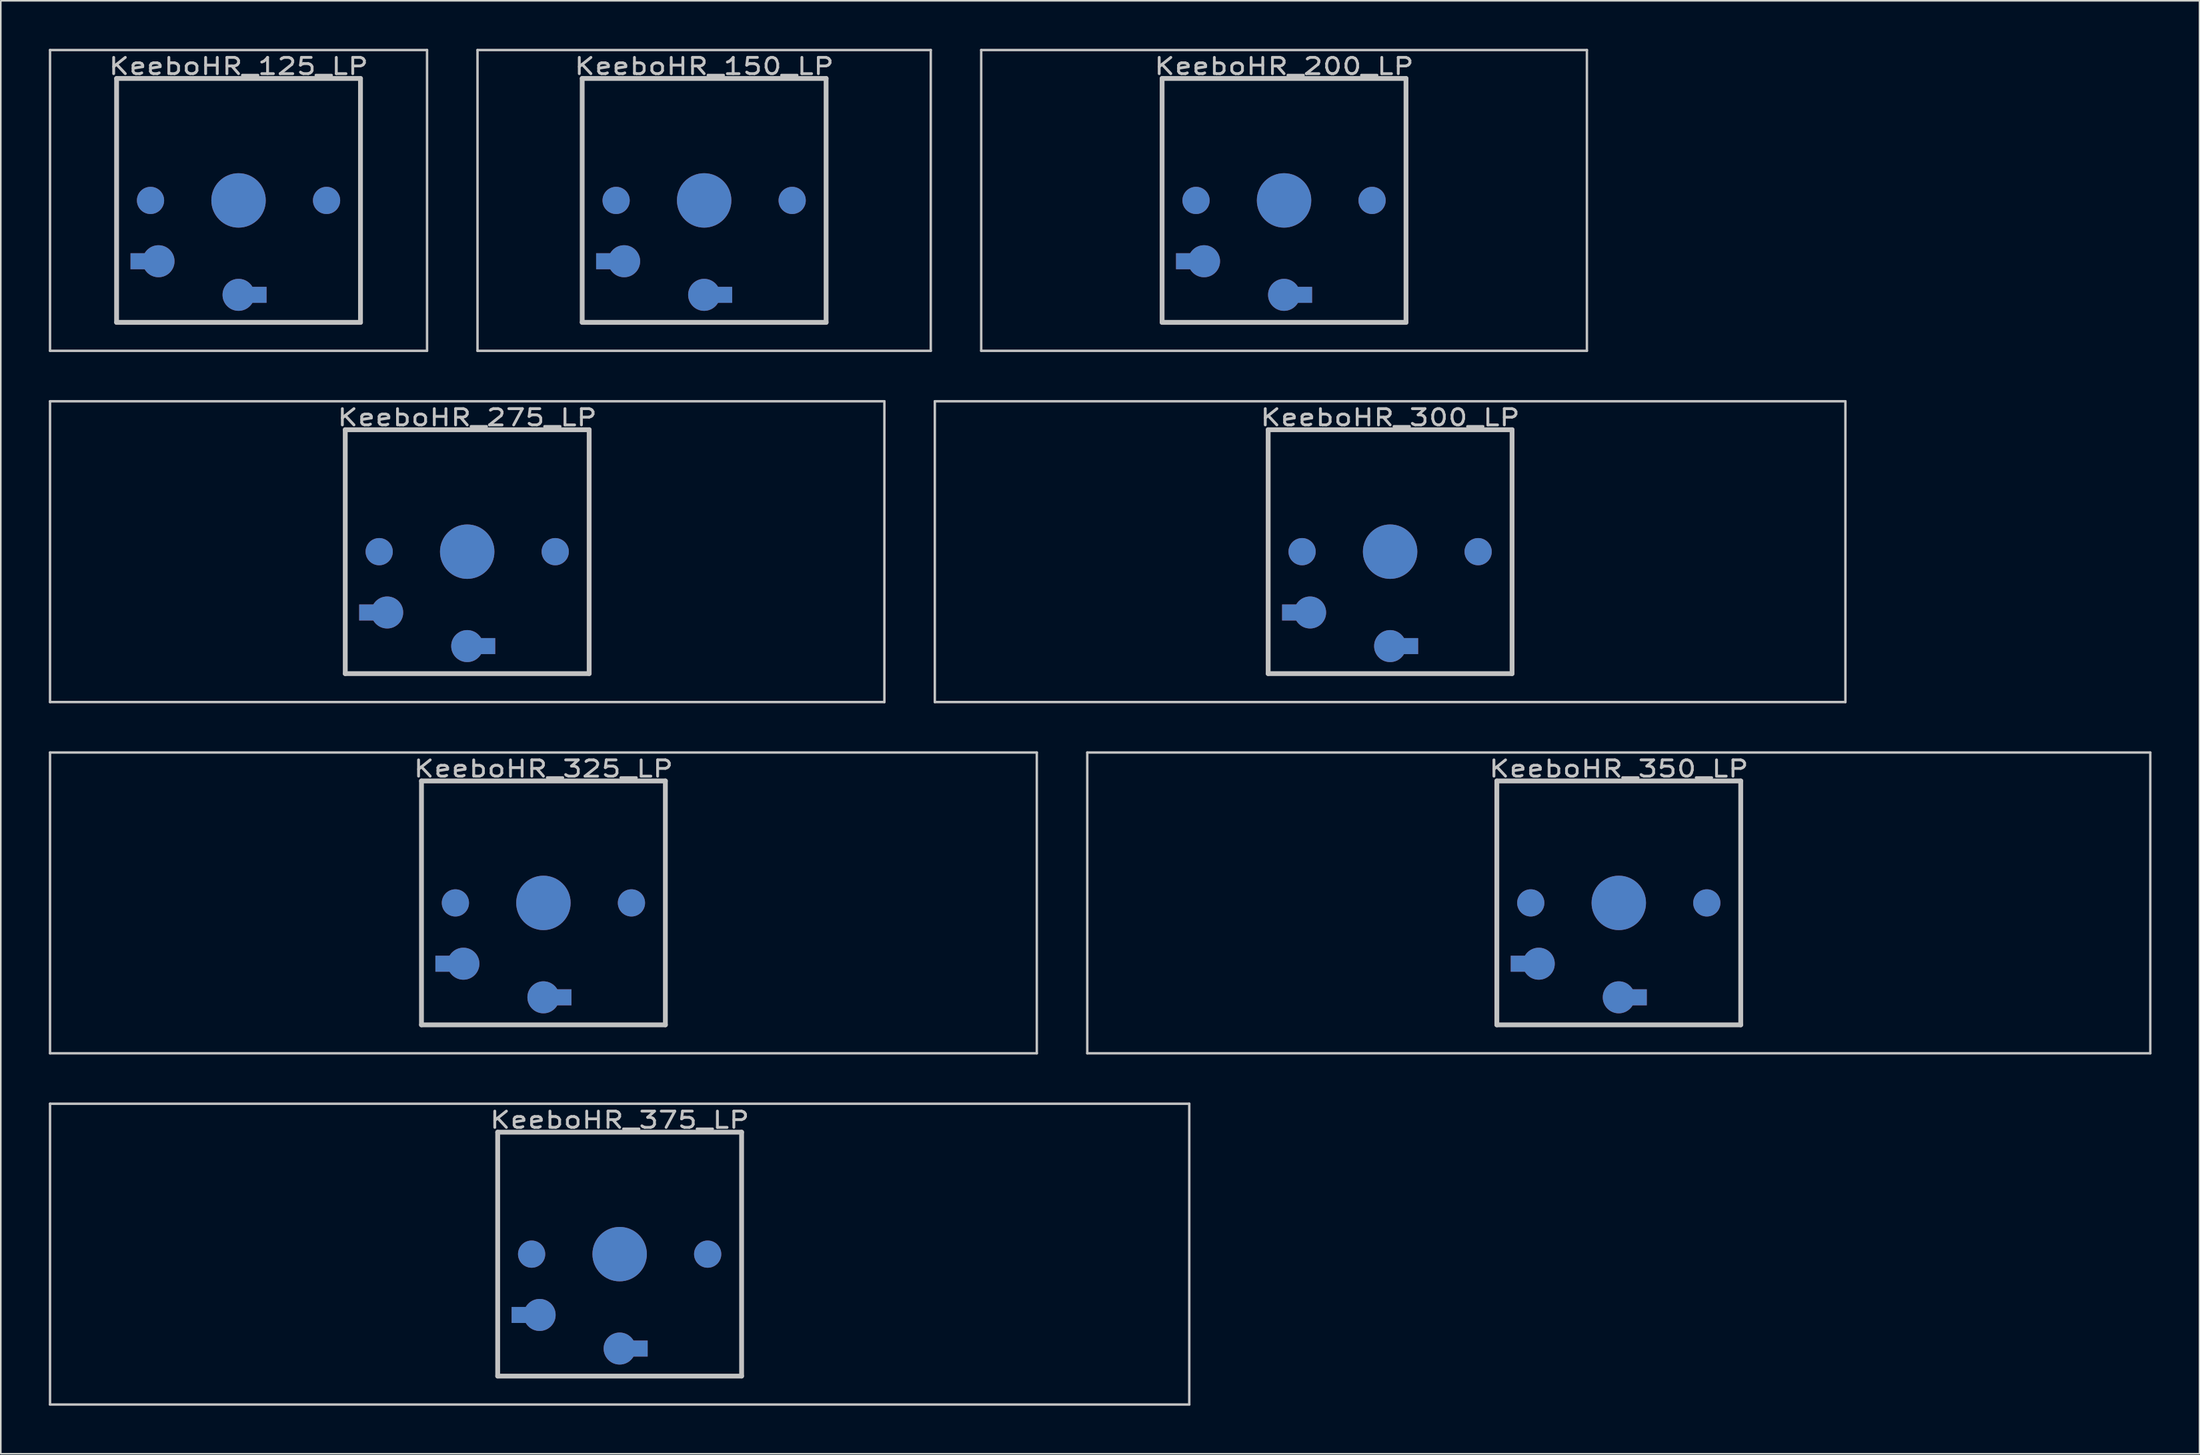
<source format=kicad_pcb>
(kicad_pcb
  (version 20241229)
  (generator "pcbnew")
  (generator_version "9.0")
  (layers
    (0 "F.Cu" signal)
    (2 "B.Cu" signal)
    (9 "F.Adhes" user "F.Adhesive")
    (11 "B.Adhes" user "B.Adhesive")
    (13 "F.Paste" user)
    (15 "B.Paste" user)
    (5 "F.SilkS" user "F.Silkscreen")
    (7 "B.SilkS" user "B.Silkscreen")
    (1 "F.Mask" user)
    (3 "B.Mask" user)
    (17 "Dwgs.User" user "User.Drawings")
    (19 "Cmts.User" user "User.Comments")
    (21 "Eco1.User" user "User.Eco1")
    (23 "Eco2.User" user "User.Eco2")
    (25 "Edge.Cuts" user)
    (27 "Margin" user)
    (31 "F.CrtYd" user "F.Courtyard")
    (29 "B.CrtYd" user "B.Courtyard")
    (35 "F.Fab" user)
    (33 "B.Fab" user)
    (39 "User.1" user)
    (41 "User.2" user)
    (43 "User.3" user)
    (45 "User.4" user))
  (footprint "KeeboHR_275_LP"
    (layer "F.Cu")
    (at 26.143 31.423)
    (property "Reference" "KeeboHR_275_LP" (at 0 -8.382 0) (layer "Dwgs.User") (effects (font (size 1.016 1.27) (thickness 0.178))))
    (attr through_hole)
    (fp_line (start -26.067 -9.398) (end 26.067 -9.398) (stroke (width 0.152) (type solid)) (layer "Dwgs.User"))
    (fp_line (start -26.067 9.398) (end -26.067 -9.398) (stroke (width 0.152) (type solid)) (layer "Dwgs.User"))
    (fp_line (start -7.62 -7.62) (end 7.62 -7.62) (stroke (width 0.3) (type solid)) (layer "Dwgs.User"))
    (fp_line (start -7.62 7.62) (end -7.62 -7.62) (stroke (width 0.3) (type solid)) (layer "Dwgs.User"))
    (fp_line (start 7.62 -7.62) (end 7.62 7.62) (stroke (width 0.3) (type solid)) (layer "Dwgs.User"))
    (fp_line (start 7.62 7.62) (end -7.62 7.62) (stroke (width 0.3) (type solid)) (layer "Dwgs.User"))
    (fp_line (start 26.067 -9.398) (end 26.067 9.398) (stroke (width 0.152) (type solid)) (layer "Dwgs.User"))
    (fp_line (start 26.067 9.398) (end -26.067 9.398) (stroke (width 0.152) (type solid)) (layer "Dwgs.User"))
    (pad "" smd circle (at -5.5 0) (size 1.7 1.7) (layers "*.Cu" "*.Mask"))
    (pad "" smd circle (at 0 0) (size 3.4 3.4) (layers "*.Cu" "*.Mask"))
    (pad "" smd circle (at 5.5 0) (size 1.7 1.7) (layers "*.Cu" "*.Mask"))
    (pad "1" smd circle (at 0 5.9) (size 2 2) (layers "*.Cu" "*.Mask"))
    (pad "1" smd rect (at 1.25 5.9) (size 1 1) (layers "*.Cu" "*.Mask"))
    (pad "2" smd rect (at -6.25 3.8) (size 1 1) (layers "*.Cu" "*.Mask"))
    (pad "2" smd circle (at -5 3.8) (size 2 2) (layers "*.Cu" "*.Mask")))
  (footprint "KeeboHR_375_LP"
    (layer "F.Cu")
    (at 35.668 75.319)
    (property "Reference" "KeeboHR_375_LP" (at 0 -8.382 0) (layer "Dwgs.User") (effects (font (size 1.016 1.27) (thickness 0.178))))
    (attr through_hole)
    (fp_line (start -35.592 -9.398) (end 35.592 -9.398) (stroke (width 0.152) (type solid)) (layer "Dwgs.User"))
    (fp_line (start -35.592 9.398) (end -35.592 -9.398) (stroke (width 0.152) (type solid)) (layer "Dwgs.User"))
    (fp_line (start -7.62 -7.62) (end 7.62 -7.62) (stroke (width 0.3) (type solid)) (layer "Dwgs.User"))
    (fp_line (start -7.62 7.62) (end -7.62 -7.62) (stroke (width 0.3) (type solid)) (layer "Dwgs.User"))
    (fp_line (start 7.62 -7.62) (end 7.62 7.62) (stroke (width 0.3) (type solid)) (layer "Dwgs.User"))
    (fp_line (start 7.62 7.62) (end -7.62 7.62) (stroke (width 0.3) (type solid)) (layer "Dwgs.User"))
    (fp_line (start 35.592 -9.398) (end 35.592 9.398) (stroke (width 0.152) (type solid)) (layer "Dwgs.User"))
    (fp_line (start 35.592 9.398) (end -35.592 9.398) (stroke (width 0.152) (type solid)) (layer "Dwgs.User"))
    (pad "" smd circle (at -5.5 0) (size 1.7 1.7) (layers "*.Cu" "*.Mask"))
    (pad "" smd circle (at 0 0) (size 3.4 3.4) (layers "*.Cu" "*.Mask"))
    (pad "" smd circle (at 5.5 0) (size 1.7 1.7) (layers "*.Cu" "*.Mask"))
    (pad "1" smd circle (at 0 5.9) (size 2 2) (layers "*.Cu" "*.Mask"))
    (pad "1" smd rect (at 1.25 5.9) (size 1 1) (layers "*.Cu" "*.Mask"))
    (pad "2" smd rect (at -6.25 3.8) (size 1 1) (layers "*.Cu" "*.Mask"))
    (pad "2" smd circle (at -5 3.8) (size 2 2) (layers "*.Cu" "*.Mask")))
  (footprint "KeeboHR_300_LP"
    (layer "F.Cu")
    (at 83.81 31.423)
    (property "Reference" "KeeboHR_300_LP" (at 0 -8.382 0) (layer "Dwgs.User") (effects (font (size 1.016 1.27) (thickness 0.178))))
    (attr through_hole)
    (fp_line (start -28.448 -9.398) (end 28.448 -9.398) (stroke (width 0.152) (type solid)) (layer "Dwgs.User"))
    (fp_line (start -28.448 9.398) (end -28.448 -9.398) (stroke (width 0.152) (type solid)) (layer "Dwgs.User"))
    (fp_line (start -7.62 -7.62) (end 7.62 -7.62) (stroke (width 0.3) (type solid)) (layer "Dwgs.User"))
    (fp_line (start -7.62 7.62) (end -7.62 -7.62) (stroke (width 0.3) (type solid)) (layer "Dwgs.User"))
    (fp_line (start 7.62 -7.62) (end 7.62 7.62) (stroke (width 0.3) (type solid)) (layer "Dwgs.User"))
    (fp_line (start 7.62 7.62) (end -7.62 7.62) (stroke (width 0.3) (type solid)) (layer "Dwgs.User"))
    (fp_line (start 28.448 -9.398) (end 28.448 9.398) (stroke (width 0.152) (type solid)) (layer "Dwgs.User"))
    (fp_line (start 28.448 9.398) (end -28.448 9.398) (stroke (width 0.152) (type solid)) (layer "Dwgs.User"))
    (pad "" smd circle (at -5.5 0) (size 1.7 1.7) (layers "*.Cu" "*.Mask"))
    (pad "" smd circle (at 0 0) (size 3.4 3.4) (layers "*.Cu" "*.Mask"))
    (pad "" smd circle (at 5.5 0) (size 1.7 1.7) (layers "*.Cu" "*.Mask"))
    (pad "1" smd circle (at 0 5.9) (size 2 2) (layers "*.Cu" "*.Mask"))
    (pad "1" smd rect (at 1.25 5.9) (size 1 1) (layers "*.Cu" "*.Mask"))
    (pad "2" smd rect (at -6.25 3.8) (size 1 1) (layers "*.Cu" "*.Mask"))
    (pad "2" smd circle (at -5 3.8) (size 2 2) (layers "*.Cu" "*.Mask")))
  (footprint "KeeboHR_125_LP"
    (layer "F.Cu")
    (at 11.855 9.474)
    (property "Reference" "KeeboHR_125_LP" (at 0 -8.382 0) (layer "Dwgs.User") (effects (font (size 1.016 1.27) (thickness 0.178))))
    (attr through_hole)
    (fp_line (start -11.779 -9.398) (end 11.779 -9.398) (stroke (width 0.152) (type solid)) (layer "Dwgs.User"))
    (fp_line (start -11.779 9.398) (end -11.779 -9.398) (stroke (width 0.152) (type solid)) (layer "Dwgs.User"))
    (fp_line (start -7.62 -7.62) (end 7.62 -7.62) (stroke (width 0.3) (type solid)) (layer "Dwgs.User"))
    (fp_line (start -7.62 7.62) (end -7.62 -7.62) (stroke (width 0.3) (type solid)) (layer "Dwgs.User"))
    (fp_line (start 7.62 -7.62) (end 7.62 7.62) (stroke (width 0.3) (type solid)) (layer "Dwgs.User"))
    (fp_line (start 7.62 7.62) (end -7.62 7.62) (stroke (width 0.3) (type solid)) (layer "Dwgs.User"))
    (fp_line (start 11.779 -9.398) (end 11.779 9.398) (stroke (width 0.152) (type solid)) (layer "Dwgs.User"))
    (fp_line (start 11.779 9.398) (end -11.779 9.398) (stroke (width 0.152) (type solid)) (layer "Dwgs.User"))
    (pad "" smd circle (at -5.5 0) (size 1.7 1.7) (layers "*.Cu" "*.Mask"))
    (pad "" smd circle (at 0 0) (size 3.4 3.4) (layers "*.Cu" "*.Mask"))
    (pad "" smd circle (at 5.5 0) (size 1.7 1.7) (layers "*.Cu" "*.Mask"))
    (pad "1" smd circle (at 0 5.9) (size 2 2) (layers "*.Cu" "*.Mask"))
    (pad "1" smd rect (at 1.25 5.9) (size 1 1) (layers "*.Cu" "*.Mask"))
    (pad "2" smd rect (at -6.25 3.8) (size 1 1) (layers "*.Cu" "*.Mask"))
    (pad "2" smd circle (at -5 3.8) (size 2 2) (layers "*.Cu" "*.Mask")))
  (footprint "KeeboHR_350_LP"
    (layer "F.Cu")
    (at 98.098 53.371)
    (property "Reference" "KeeboHR_350_LP" (at 0 -8.382 0) (layer "Dwgs.User") (effects (font (size 1.016 1.27) (thickness 0.178))))
    (attr through_hole)
    (fp_line (start -33.211 -9.398) (end 33.211 -9.398) (stroke (width 0.152) (type solid)) (layer "Dwgs.User"))
    (fp_line (start -33.211 9.398) (end -33.211 -9.398) (stroke (width 0.152) (type solid)) (layer "Dwgs.User"))
    (fp_line (start -7.62 -7.62) (end 7.62 -7.62) (stroke (width 0.3) (type solid)) (layer "Dwgs.User"))
    (fp_line (start -7.62 7.62) (end -7.62 -7.62) (stroke (width 0.3) (type solid)) (layer "Dwgs.User"))
    (fp_line (start 7.62 -7.62) (end 7.62 7.62) (stroke (width 0.3) (type solid)) (layer "Dwgs.User"))
    (fp_line (start 7.62 7.62) (end -7.62 7.62) (stroke (width 0.3) (type solid)) (layer "Dwgs.User"))
    (fp_line (start 33.211 -9.398) (end 33.211 9.398) (stroke (width 0.152) (type solid)) (layer "Dwgs.User"))
    (fp_line (start 33.211 9.398) (end -33.211 9.398) (stroke (width 0.152) (type solid)) (layer "Dwgs.User"))
    (pad "" smd circle (at -5.5 0) (size 1.7 1.7) (layers "*.Cu" "*.Mask"))
    (pad "" smd circle (at 0 0) (size 3.4 3.4) (layers "*.Cu" "*.Mask"))
    (pad "" smd circle (at 5.5 0) (size 1.7 1.7) (layers "*.Cu" "*.Mask"))
    (pad "1" smd circle (at 0 5.9) (size 2 2) (layers "*.Cu" "*.Mask"))
    (pad "1" smd rect (at 1.25 5.9) (size 1 1) (layers "*.Cu" "*.Mask"))
    (pad "2" smd rect (at -6.25 3.8) (size 1 1) (layers "*.Cu" "*.Mask"))
    (pad "2" smd circle (at -5 3.8) (size 2 2) (layers "*.Cu" "*.Mask")))
  (footprint "KeeboHR_325_LP"
    (layer "F.Cu")
    (at 30.905 53.371)
    (property "Reference" "KeeboHR_325_LP" (at 0 -8.382 0) (layer "Dwgs.User") (effects (font (size 1.016 1.27) (thickness 0.178))))
    (attr through_hole)
    (fp_line (start -30.829 -9.398) (end 30.829 -9.398) (stroke (width 0.152) (type solid)) (layer "Dwgs.User"))
    (fp_line (start -30.829 9.398) (end -30.829 -9.398) (stroke (width 0.152) (type solid)) (layer "Dwgs.User"))
    (fp_line (start -7.62 -7.62) (end 7.62 -7.62) (stroke (width 0.3) (type solid)) (layer "Dwgs.User"))
    (fp_line (start -7.62 7.62) (end -7.62 -7.62) (stroke (width 0.3) (type solid)) (layer "Dwgs.User"))
    (fp_line (start 7.62 -7.62) (end 7.62 7.62) (stroke (width 0.3) (type solid)) (layer "Dwgs.User"))
    (fp_line (start 7.62 7.62) (end -7.62 7.62) (stroke (width 0.3) (type solid)) (layer "Dwgs.User"))
    (fp_line (start 30.829 -9.398) (end 30.829 9.398) (stroke (width 0.152) (type solid)) (layer "Dwgs.User"))
    (fp_line (start 30.829 9.398) (end -30.829 9.398) (stroke (width 0.152) (type solid)) (layer "Dwgs.User"))
    (pad "" smd circle (at -5.5 0) (size 1.7 1.7) (layers "*.Cu" "*.Mask"))
    (pad "" smd circle (at 0 0) (size 3.4 3.4) (layers "*.Cu" "*.Mask"))
    (pad "" smd circle (at 5.5 0) (size 1.7 1.7) (layers "*.Cu" "*.Mask"))
    (pad "1" smd circle (at 0 5.9) (size 2 2) (layers "*.Cu" "*.Mask"))
    (pad "1" smd rect (at 1.25 5.9) (size 1 1) (layers "*.Cu" "*.Mask"))
    (pad "2" smd rect (at -6.25 3.8) (size 1 1) (layers "*.Cu" "*.Mask"))
    (pad "2" smd circle (at -5 3.8) (size 2 2) (layers "*.Cu" "*.Mask")))
  (footprint "KeeboHR_150_LP"
    (layer "F.Cu")
    (at 40.948 9.474)
    (property "Reference" "KeeboHR_150_LP" (at 0 -8.382 0) (layer "Dwgs.User") (effects (font (size 1.016 1.27) (thickness 0.178))))
    (attr through_hole)
    (fp_line (start -14.161 -9.398) (end 14.161 -9.398) (stroke (width 0.152) (type solid)) (layer "Dwgs.User"))
    (fp_line (start -14.161 9.398) (end -14.161 -9.398) (stroke (width 0.152) (type solid)) (layer "Dwgs.User"))
    (fp_line (start -7.62 -7.62) (end 7.62 -7.62) (stroke (width 0.3) (type solid)) (layer "Dwgs.User"))
    (fp_line (start -7.62 7.62) (end -7.62 -7.62) (stroke (width 0.3) (type solid)) (layer "Dwgs.User"))
    (fp_line (start 7.62 -7.62) (end 7.62 7.62) (stroke (width 0.3) (type solid)) (layer "Dwgs.User"))
    (fp_line (start 7.62 7.62) (end -7.62 7.62) (stroke (width 0.3) (type solid)) (layer "Dwgs.User"))
    (fp_line (start 14.161 -9.398) (end 14.161 9.398) (stroke (width 0.152) (type solid)) (layer "Dwgs.User"))
    (fp_line (start 14.161 9.398) (end -14.161 9.398) (stroke (width 0.152) (type solid)) (layer "Dwgs.User"))
    (pad "" smd circle (at -5.5 0) (size 1.7 1.7) (layers "*.Cu" "*.Mask"))
    (pad "" smd circle (at 0 0) (size 3.4 3.4) (layers "*.Cu" "*.Mask"))
    (pad "" smd circle (at 5.5 0) (size 1.7 1.7) (layers "*.Cu" "*.Mask"))
    (pad "1" smd circle (at 0 5.9) (size 2 2) (layers "*.Cu" "*.Mask"))
    (pad "1" smd rect (at 1.25 5.9) (size 1 1) (layers "*.Cu" "*.Mask"))
    (pad "2" smd rect (at -6.25 3.8) (size 1 1) (layers "*.Cu" "*.Mask"))
    (pad "2" smd circle (at -5 3.8) (size 2 2) (layers "*.Cu" "*.Mask")))
  (footprint "KeeboHR_200_LP"
    (layer "F.Cu")
    (at 77.183 9.474)
    (property "Reference" "KeeboHR_200_LP" (at 0 -8.382 0) (layer "Dwgs.User") (effects (font (size 1.016 1.27) (thickness 0.178))))
    (attr through_hole)
    (fp_line (start -18.923 -9.398) (end 18.923 -9.398) (stroke (width 0.152) (type solid)) (layer "Dwgs.User"))
    (fp_line (start -18.923 9.398) (end -18.923 -9.398) (stroke (width 0.152) (type solid)) (layer "Dwgs.User"))
    (fp_line (start -7.62 -7.62) (end 7.62 -7.62) (stroke (width 0.3) (type solid)) (layer "Dwgs.User"))
    (fp_line (start -7.62 7.62) (end -7.62 -7.62) (stroke (width 0.3) (type solid)) (layer "Dwgs.User"))
    (fp_line (start 7.62 -7.62) (end 7.62 7.62) (stroke (width 0.3) (type solid)) (layer "Dwgs.User"))
    (fp_line (start 7.62 7.62) (end -7.62 7.62) (stroke (width 0.3) (type solid)) (layer "Dwgs.User"))
    (fp_line (start 18.923 -9.398) (end 18.923 9.398) (stroke (width 0.152) (type solid)) (layer "Dwgs.User"))
    (fp_line (start 18.923 9.398) (end -18.923 9.398) (stroke (width 0.152) (type solid)) (layer "Dwgs.User"))
    (pad "" smd circle (at -5.5 0) (size 1.7 1.7) (layers "*.Cu" "*.Mask"))
    (pad "" smd circle (at 0 0) (size 3.4 3.4) (layers "*.Cu" "*.Mask"))
    (pad "" smd circle (at 5.5 0) (size 1.7 1.7) (layers "*.Cu" "*.Mask"))
    (pad "1" smd circle (at 0 5.9) (size 2 2) (layers "*.Cu" "*.Mask"))
    (pad "1" smd rect (at 1.25 5.9) (size 1 1) (layers "*.Cu" "*.Mask"))
    (pad "2" smd rect (at -6.25 3.8) (size 1 1) (layers "*.Cu" "*.Mask"))
    (pad "2" smd circle (at -5 3.8) (size 2 2) (layers "*.Cu" "*.Mask")))
  (gr_rect
    (start -3 -3)
    (end 134.384 87.794)
    (stroke (width 0.1) (type default))
    (fill no)
    (layer "Edge.Cuts")))
</source>
